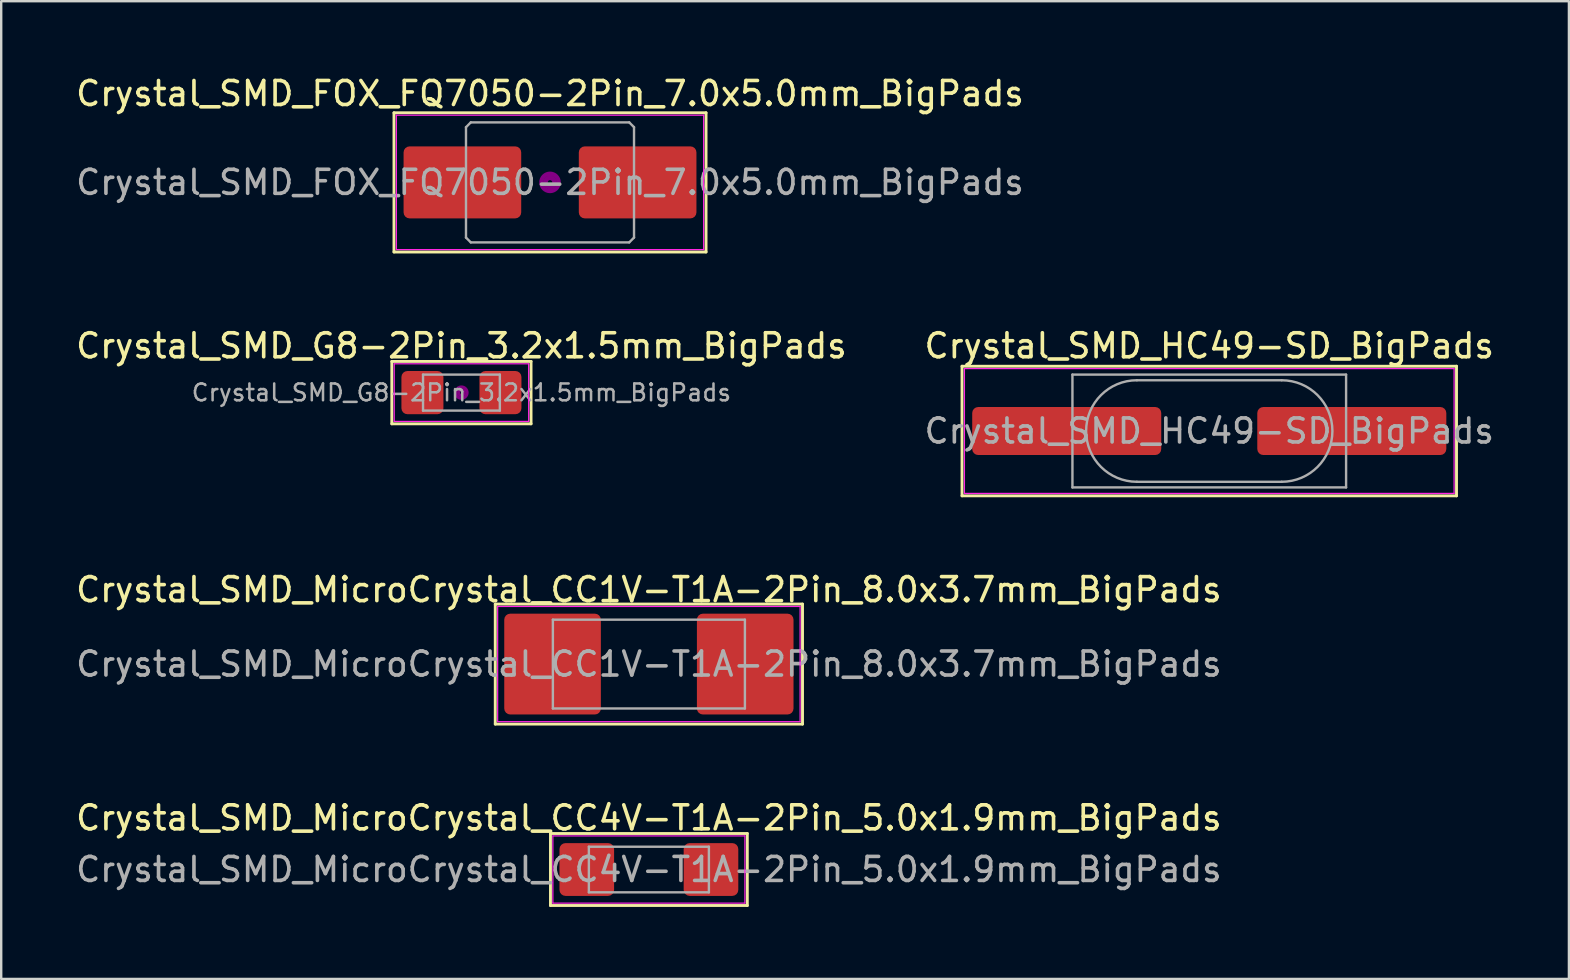
<source format=kicad_pcb>
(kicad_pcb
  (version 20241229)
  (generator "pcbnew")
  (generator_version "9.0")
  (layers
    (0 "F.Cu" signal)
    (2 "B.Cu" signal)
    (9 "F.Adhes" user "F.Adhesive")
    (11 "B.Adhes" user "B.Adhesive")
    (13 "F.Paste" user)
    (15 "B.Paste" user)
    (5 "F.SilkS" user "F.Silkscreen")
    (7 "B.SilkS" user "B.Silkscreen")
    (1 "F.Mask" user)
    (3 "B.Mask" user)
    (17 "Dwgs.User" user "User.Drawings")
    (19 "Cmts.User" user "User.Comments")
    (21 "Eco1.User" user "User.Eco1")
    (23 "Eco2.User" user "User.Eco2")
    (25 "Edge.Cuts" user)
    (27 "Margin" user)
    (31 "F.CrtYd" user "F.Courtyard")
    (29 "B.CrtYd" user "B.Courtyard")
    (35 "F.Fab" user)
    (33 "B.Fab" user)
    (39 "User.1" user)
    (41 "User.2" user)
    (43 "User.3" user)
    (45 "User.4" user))
  (footprint "Crystal_SMD_MicroCrystal_CC4V-T1A-2Pin_5.0x1.9mm_BigPads"
    (layer "F.Cu")
    (at 23.982 33.173)
    (property "Reference" "Crystal_SMD_MicroCrystal_CC4V-T1A-2Pin_5.0x1.9mm_BigPads" (at 0 -2.15 0) (layer "F.SilkS") (effects (font (size 1 1) (thickness 0.15))))
    (attr smd)
    (fp_line (start -4.1 -1.5) (end -4.1 1.5) (stroke (width 0.12) (type solid)) (layer "F.SilkS"))
    (fp_line (start -4.1 1.5) (end 4.1 1.5) (stroke (width 0.12) (type solid)) (layer "F.SilkS"))
    (fp_line (start 4.1 -1.5) (end -4.1 -1.5) (stroke (width 0.12) (type solid)) (layer "F.SilkS"))
    (fp_line (start 4.1 1.5) (end 4.1 -1.5) (stroke (width 0.12) (type solid)) (layer "F.SilkS"))
    (fp_line (start -4 -1.4) (end -4 1.4) (stroke (width 0.05) (type solid)) (layer "F.CrtYd"))
    (fp_line (start -4 1.4) (end 4 1.4) (stroke (width 0.05) (type solid)) (layer "F.CrtYd"))
    (fp_line (start 4 -1.4) (end -4 -1.4) (stroke (width 0.05) (type solid)) (layer "F.CrtYd"))
    (fp_line (start 4 1.4) (end 4 -1.4) (stroke (width 0.05) (type solid)) (layer "F.CrtYd"))
    (fp_line (start -2.5 -0.95) (end -2.5 0.95) (stroke (width 0.1) (type solid)) (layer "F.Fab"))
    (fp_line (start -2.5 0.95) (end 2.5 0.95) (stroke (width 0.1) (type solid)) (layer "F.Fab"))
    (fp_line (start 2.5 -0.95) (end -2.5 -0.95) (stroke (width 0.1) (type solid)) (layer "F.Fab"))
    (fp_line (start 2.5 0.95) (end 2.5 -0.95) (stroke (width 0.1) (type solid)) (layer "F.Fab"))
    (fp_text user "${REFERENCE}" (at 0 0 0) (layer "F.Fab") (effects (font (size 1 1) (thickness 0.15))))
    (pad "1" smd roundrect (at -2.587 0) (size 2.275 2.2) (layers "F.Cu" "F.Mask" "F.Paste") (roundrect_rratio 0.114))
    (pad "2" smd roundrect (at 2.587 0) (size 2.275 2.2) (layers "F.Cu" "F.Mask" "F.Paste") (roundrect_rratio 0.114)))
  (footprint "Crystal_SMD_MicroCrystal_CC1V-T1A-2Pin_8.0x3.7mm_BigPads"
    (layer "F.Cu")
    (at 23.982 24.615)
    (property "Reference" "Crystal_SMD_MicroCrystal_CC1V-T1A-2Pin_8.0x3.7mm_BigPads" (at 0 -3.1 0) (layer "F.SilkS") (effects (font (size 1 1) (thickness 0.15))))
    (attr smd)
    (fp_line (start -6.4 -2.5) (end -6.4 2.5) (stroke (width 0.12) (type solid)) (layer "F.SilkS"))
    (fp_line (start -6.4 2.5) (end 6.4 2.5) (stroke (width 0.12) (type solid)) (layer "F.SilkS"))
    (fp_line (start 6.4 -2.5) (end -6.4 -2.5) (stroke (width 0.12) (type solid)) (layer "F.SilkS"))
    (fp_line (start 6.4 2.5) (end 6.4 -2.5) (stroke (width 0.12) (type solid)) (layer "F.SilkS"))
    (fp_line (start -6.3 -2.4) (end -6.3 2.4) (stroke (width 0.05) (type solid)) (layer "F.CrtYd"))
    (fp_line (start -6.3 2.4) (end 6.3 2.4) (stroke (width 0.05) (type solid)) (layer "F.CrtYd"))
    (fp_line (start 6.3 -2.4) (end -6.3 -2.4) (stroke (width 0.05) (type solid)) (layer "F.CrtYd"))
    (fp_line (start 6.3 2.4) (end 6.3 -2.4) (stroke (width 0.05) (type solid)) (layer "F.CrtYd"))
    (fp_line (start -4 -1.85) (end -4 1.85) (stroke (width 0.1) (type solid)) (layer "F.Fab"))
    (fp_line (start -4 1.85) (end 4 1.85) (stroke (width 0.1) (type solid)) (layer "F.Fab"))
    (fp_line (start 4 -1.85) (end -4 -1.85) (stroke (width 0.1) (type solid)) (layer "F.Fab"))
    (fp_line (start 4 1.85) (end 4 -1.85) (stroke (width 0.1) (type solid)) (layer "F.Fab"))
    (fp_text user "${REFERENCE}" (at 0 0 0) (layer "F.Fab") (effects (font (size 1 1) (thickness 0.15))))
    (pad "1" smd roundrect (at -4.013 0) (size 4.025 4.2) (layers "F.Cu" "F.Mask" "F.Paste") (roundrect_rratio 0.062))
    (pad "2" smd roundrect (at 4.013 0) (size 4.025 4.2) (layers "F.Cu" "F.Mask" "F.Paste") (roundrect_rratio 0.062)))
  (footprint "Crystal_SMD_HC49-SD_BigPads"
    (layer "F.Cu")
    (at 47.327 14.906)
    (property "Reference" "Crystal_SMD_HC49-SD_BigPads" (at 0 -3.55 0) (layer "F.SilkS") (effects (font (size 1 1) (thickness 0.15))))
    (attr smd)
    (fp_line (start -10.3 -2.7) (end -10.3 2.7) (stroke (width 0.12) (type solid)) (layer "F.SilkS"))
    (fp_line (start -10.3 2.7) (end 10.3 2.7) (stroke (width 0.12) (type solid)) (layer "F.SilkS"))
    (fp_line (start 10.3 -2.7) (end -10.3 -2.7) (stroke (width 0.12) (type solid)) (layer "F.SilkS"))
    (fp_line (start 10.3 2.7) (end 10.3 -2.7) (stroke (width 0.12) (type solid)) (layer "F.SilkS"))
    (fp_line (start -10.2 -2.6) (end -10.2 2.6) (stroke (width 0.05) (type solid)) (layer "F.CrtYd"))
    (fp_line (start -10.2 2.6) (end 10.2 2.6) (stroke (width 0.05) (type solid)) (layer "F.CrtYd"))
    (fp_line (start 10.2 -2.6) (end -10.2 -2.6) (stroke (width 0.05) (type solid)) (layer "F.CrtYd"))
    (fp_line (start 10.2 2.6) (end 10.2 -2.6) (stroke (width 0.05) (type solid)) (layer "F.CrtYd"))
    (fp_line (start -5.7 -2.35) (end -5.7 2.35) (stroke (width 0.1) (type solid)) (layer "F.Fab"))
    (fp_line (start -5.7 2.35) (end 5.7 2.35) (stroke (width 0.1) (type solid)) (layer "F.Fab"))
    (fp_line (start -3.015 -2.115) (end 3.015 -2.115) (stroke (width 0.1) (type solid)) (layer "F.Fab"))
    (fp_line (start -3.015 2.115) (end 3.015 2.115) (stroke (width 0.1) (type solid)) (layer "F.Fab"))
    (fp_line (start 5.7 -2.35) (end -5.7 -2.35) (stroke (width 0.1) (type solid)) (layer "F.Fab"))
    (fp_line (start 5.7 2.35) (end 5.7 -2.35) (stroke (width 0.1) (type solid)) (layer "F.Fab"))
    (fp_arc (start -3.015 2.115) (mid -5.13 0) (end -3.015 -2.115) (stroke (width 0.1) (type solid)) (layer "F.Fab"))
    (fp_arc (start 3.015 -2.115) (mid 5.13 0) (end 3.015 2.115) (stroke (width 0.1) (type solid)) (layer "F.Fab"))
    (fp_text user "${REFERENCE}" (at 0 0 0) (layer "F.Fab") (effects (font (size 1 1) (thickness 0.15))))
    (pad "1" smd roundrect (at -5.938 0) (size 7.875 2) (layers "F.Cu" "F.Mask" "F.Paste") (roundrect_rratio 0.125))
    (pad "2" smd roundrect (at 5.938 0) (size 7.875 2) (layers "F.Cu" "F.Mask" "F.Paste") (roundrect_rratio 0.125)))
  (footprint "Crystal_SMD_G8-2Pin_3.2x1.5mm_BigPads"
    (layer "F.Cu")
    (at 16.173 13.306)
    (property "Reference" "Crystal_SMD_G8-2Pin_3.2x1.5mm_BigPads" (at 0 -1.95 0) (layer "F.SilkS") (effects (font (size 1 1) (thickness 0.15))))
    (attr smd)
    (fp_line (start -2.9 -1.3) (end -2.9 1.3) (stroke (width 0.12) (type solid)) (layer "F.SilkS"))
    (fp_line (start -2.9 1.3) (end 2.9 1.3) (stroke (width 0.12) (type solid)) (layer "F.SilkS"))
    (fp_line (start 2.9 -1.3) (end -2.9 -1.3) (stroke (width 0.12) (type solid)) (layer "F.SilkS"))
    (fp_line (start 2.9 1.3) (end 2.9 -1.3) (stroke (width 0.12) (type solid)) (layer "F.SilkS"))
    (fp_circle (center 0 0) (end 0.058 0) (stroke (width 0.117) (type solid)) (fill no) (layer "F.Adhes"))
    (fp_circle (center 0 0) (end 0.133 0) (stroke (width 0.083) (type solid)) (fill no) (layer "F.Adhes"))
    (fp_circle (center 0 0) (end 0.208 0) (stroke (width 0.083) (type solid)) (fill no) (layer "F.Adhes"))
    (fp_circle (center 0 0) (end 0.25 0) (stroke (width 0.1) (type solid)) (fill no) (layer "F.Adhes"))
    (fp_line (start -2.8 -1.2) (end -2.8 1.2) (stroke (width 0.05) (type solid)) (layer "F.CrtYd"))
    (fp_line (start -2.8 1.2) (end 2.8 1.2) (stroke (width 0.05) (type solid)) (layer "F.CrtYd"))
    (fp_line (start 2.8 -1.2) (end -2.8 -1.2) (stroke (width 0.05) (type solid)) (layer "F.CrtYd"))
    (fp_line (start 2.8 1.2) (end 2.8 -1.2) (stroke (width 0.05) (type solid)) (layer "F.CrtYd"))
    (fp_line (start -1.6 -0.75) (end -1.6 0.75) (stroke (width 0.1) (type solid)) (layer "F.Fab"))
    (fp_line (start -1.6 0.75) (end 1.6 0.75) (stroke (width 0.1) (type solid)) (layer "F.Fab"))
    (fp_line (start 1.6 -0.75) (end -1.6 -0.75) (stroke (width 0.1) (type solid)) (layer "F.Fab"))
    (fp_line (start 1.6 0.75) (end 1.6 -0.75) (stroke (width 0.1) (type solid)) (layer "F.Fab"))
    (fp_text user "${REFERENCE}" (at 0 0 0) (layer "F.Fab") (effects (font (size 0.7 0.7) (thickness 0.105))))
    (pad "1" smd roundrect (at -1.625 0) (size 1.75 1.8) (layers "F.Cu" "F.Mask" "F.Paste") (roundrect_rratio 0.143))
    (pad "2" smd roundrect (at 1.625 0) (size 1.75 1.8) (layers "F.Cu" "F.Mask" "F.Paste") (roundrect_rratio 0.143)))
  (footprint "Crystal_SMD_FOX_FQ7050-2Pin_7.0x5.0mm_BigPads"
    (layer "F.Cu")
    (at 19.863 4.548)
    (property "Reference" "Crystal_SMD_FOX_FQ7050-2Pin_7.0x5.0mm_BigPads" (at 0 -3.7 0) (layer "F.SilkS") (effects (font (size 1 1) (thickness 0.15))))
    (attr smd)
    (fp_line (start -6.5 -2.9) (end -6.5 2.9) (stroke (width 0.12) (type solid)) (layer "F.SilkS"))
    (fp_line (start -6.5 2.9) (end 6.5 2.9) (stroke (width 0.12) (type solid)) (layer "F.SilkS"))
    (fp_line (start 6.5 -2.9) (end -6.5 -2.9) (stroke (width 0.12) (type solid)) (layer "F.SilkS"))
    (fp_line (start 6.5 2.9) (end 6.5 -2.9) (stroke (width 0.12) (type solid)) (layer "F.SilkS"))
    (fp_circle (center 0 0) (end 0.093 0) (stroke (width 0.187) (type solid)) (fill no) (layer "F.Adhes"))
    (fp_circle (center 0 0) (end 0.213 0) (stroke (width 0.133) (type solid)) (fill no) (layer "F.Adhes"))
    (fp_circle (center 0 0) (end 0.333 0) (stroke (width 0.133) (type solid)) (fill no) (layer "F.Adhes"))
    (fp_circle (center 0 0) (end 0.4 0) (stroke (width 0.1) (type solid)) (fill no) (layer "F.Adhes"))
    (fp_line (start -6.4 -2.8) (end -6.4 2.8) (stroke (width 0.05) (type solid)) (layer "F.CrtYd"))
    (fp_line (start -6.4 2.8) (end 6.4 2.8) (stroke (width 0.05) (type solid)) (layer "F.CrtYd"))
    (fp_line (start 6.4 -2.8) (end -6.4 -2.8) (stroke (width 0.05) (type solid)) (layer "F.CrtYd"))
    (fp_line (start 6.4 2.8) (end 6.4 -2.8) (stroke (width 0.05) (type solid)) (layer "F.CrtYd"))
    (fp_line (start -3.5 -2.3) (end -3.3 -2.5) (stroke (width 0.1) (type solid)) (layer "F.Fab"))
    (fp_line (start -3.5 2.3) (end -3.5 -2.3) (stroke (width 0.1) (type solid)) (layer "F.Fab"))
    (fp_line (start -3.3 -2.5) (end 3.3 -2.5) (stroke (width 0.1) (type solid)) (layer "F.Fab"))
    (fp_line (start -3.3 2.5) (end -3.5 2.3) (stroke (width 0.1) (type solid)) (layer "F.Fab"))
    (fp_line (start 3.3 -2.5) (end 3.5 -2.3) (stroke (width 0.1) (type solid)) (layer "F.Fab"))
    (fp_line (start 3.3 2.5) (end -3.3 2.5) (stroke (width 0.1) (type solid)) (layer "F.Fab"))
    (fp_line (start 3.5 -2.3) (end 3.5 2.3) (stroke (width 0.1) (type solid)) (layer "F.Fab"))
    (fp_line (start 3.5 2.3) (end 3.3 2.5) (stroke (width 0.1) (type solid)) (layer "F.Fab"))
    (fp_text user "${REFERENCE}" (at 0 0 0) (layer "F.Fab") (effects (font (size 1 1) (thickness 0.15))))
    (pad "1" smd roundrect (at -3.65 0) (size 4.9 3) (layers "F.Cu" "F.Mask" "F.Paste") (roundrect_rratio 0.083))
    (pad "2" smd roundrect (at 3.65 0) (size 4.9 3) (layers "F.Cu" "F.Mask" "F.Paste") (roundrect_rratio 0.083)))
  (gr_rect
    (start -3 -3)
    (end 62.31 37.733)
    (stroke (width 0.1) (type default))
    (fill no)
    (layer "Edge.Cuts")))
</source>
